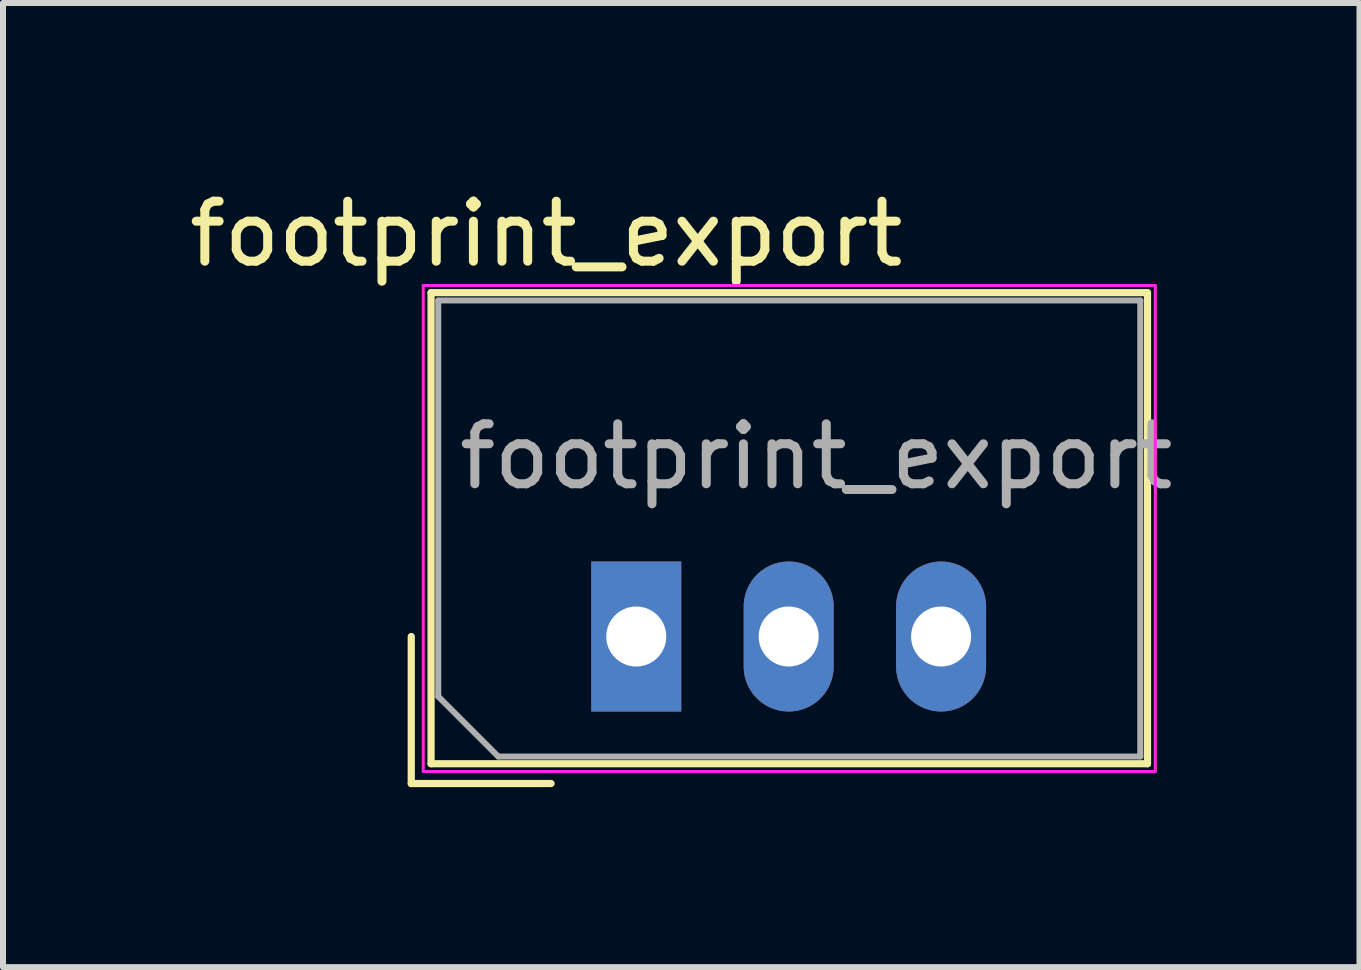
<source format=kicad_pcb>
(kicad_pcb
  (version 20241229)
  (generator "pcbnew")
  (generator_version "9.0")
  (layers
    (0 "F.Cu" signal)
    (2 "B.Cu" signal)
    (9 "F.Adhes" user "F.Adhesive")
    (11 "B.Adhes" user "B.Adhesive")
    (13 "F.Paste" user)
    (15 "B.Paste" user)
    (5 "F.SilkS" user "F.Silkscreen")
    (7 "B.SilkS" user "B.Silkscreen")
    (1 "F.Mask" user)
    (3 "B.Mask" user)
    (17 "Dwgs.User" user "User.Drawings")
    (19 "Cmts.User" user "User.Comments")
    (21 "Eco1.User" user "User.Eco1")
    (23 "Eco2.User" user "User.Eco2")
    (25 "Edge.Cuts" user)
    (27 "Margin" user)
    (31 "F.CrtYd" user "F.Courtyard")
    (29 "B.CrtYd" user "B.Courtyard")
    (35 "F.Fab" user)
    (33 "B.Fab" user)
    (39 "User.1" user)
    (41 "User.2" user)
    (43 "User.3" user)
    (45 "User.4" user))
  (footprint "footprint_export"
    (layer "F.Cu")
    (at 7.554 7.558)
    (property "Reference" "footprint_export" (at -1.5 -6.71 0) (layer "F.SilkS") (effects (font (size 1 1) (thickness 0.15))))
    (attr through_hole)
    (fp_line (start -3.75 0) (end -3.75 2.45) (stroke (width 0.12) (type solid)) (layer "F.SilkS"))
    (fp_line (start -3.75 2.45) (end -1.42 2.45) (stroke (width 0.12) (type solid)) (layer "F.SilkS"))
    (fp_line (start -3.42 -5.73) (end 8.52 -5.73) (stroke (width 0.12) (type solid)) (layer "F.SilkS"))
    (fp_line (start -3.42 2.12) (end -3.42 -5.73) (stroke (width 0.12) (type solid)) (layer "F.SilkS"))
    (fp_line (start 8.52 -5.73) (end 8.52 2.12) (stroke (width 0.12) (type solid)) (layer "F.SilkS"))
    (fp_line (start 8.52 2.12) (end -3.42 2.12) (stroke (width 0.12) (type solid)) (layer "F.SilkS"))
    (fp_line (start -3.55 -5.85) (end 8.65 -5.85) (stroke (width 0.05) (type solid)) (layer "F.CrtYd"))
    (fp_line (start -3.55 2.25) (end -3.55 -5.85) (stroke (width 0.05) (type solid)) (layer "F.CrtYd"))
    (fp_line (start 8.65 -5.85) (end 8.65 2.25) (stroke (width 0.05) (type solid)) (layer "F.CrtYd"))
    (fp_line (start 8.65 2.25) (end -3.55 2.25) (stroke (width 0.05) (type solid)) (layer "F.CrtYd"))
    (fp_line (start -3.3 -5.6) (end 8.4 -5.6) (stroke (width 0.1) (type solid)) (layer "F.Fab"))
    (fp_line (start -3.3 1) (end -3.3 -5.6) (stroke (width 0.1) (type solid)) (layer "F.Fab"))
    (fp_line (start -3.3 1) (end -2.3 2) (stroke (width 0.1) (type solid)) (layer "F.Fab"))
    (fp_line (start -2.3 2) (end 8.4 2) (stroke (width 0.1) (type solid)) (layer "F.Fab"))
    (fp_line (start 8.4 2) (end 8.4 -5.6) (stroke (width 0.1) (type solid)) (layer "F.Fab"))
    (fp_text user "${REFERENCE}" (at 3 -3 0) (layer "F.Fab") (effects (font (size 1 1) (thickness 0.15))))
    (pad "1" thru_hole rect (at 0 0) (size 1.5 2.5) (drill 1) (layers "*.Cu" "*.Mask"))
    (pad "2" thru_hole oval (at 2.54 0) (size 1.5 2.5) (drill 1) (layers "*.Cu" "*.Mask"))
    (pad "3" thru_hole oval (at 5.08 0) (size 1.5 2.5) (drill 1) (layers "*.Cu" "*.Mask")))
  (gr_rect
    (start -3 -3)
    (end 19.607 13.068)
    (stroke (width 0.1) (type default))
    (fill no)
    (layer "Edge.Cuts")))
</source>
